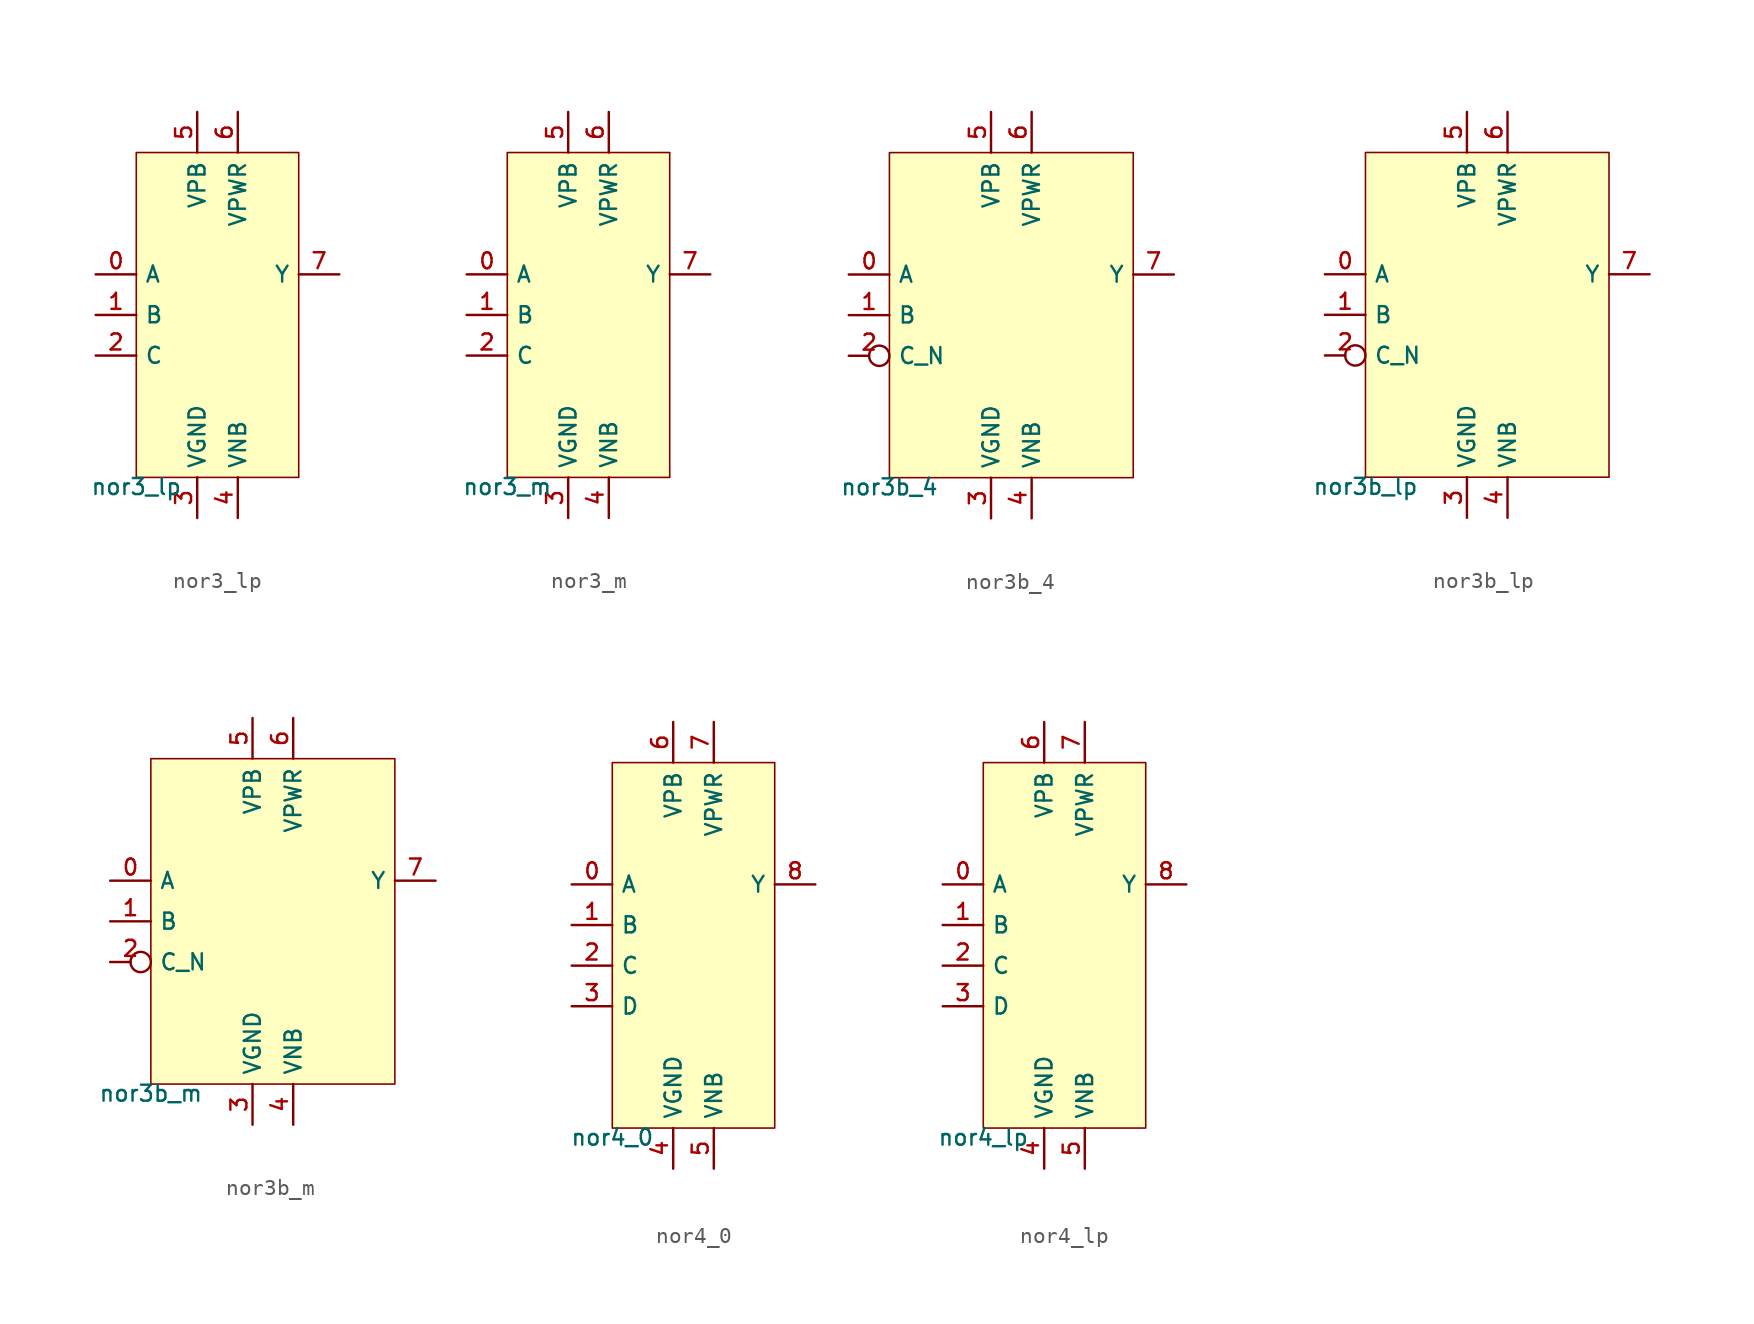
<source format=kicad_sym>
(kicad_symbol_lib
  (version 20211014)
  (generator pdk2kicad)
  (symbol "nor3_lp"
    (property "Reference" "X"
      (at 0 0 0)
      (effects (font (size 1 1)) hide))
    (property "Value" "nor3_lp"
      (at -5.08 -10.16 0)
      (effects (font (size 1 1)) (justify top)))
    (rectangle
      (start -5.08 -10.16)
      (end 5.08 10.16)
      (stroke (width 0.1) (type solid) (color 0 0 0 0))
      (fill (type background)))
    (pin input line
      (at -7.62 2.54 0)
      (length 2.54)
      (name "A" (effects (font (size 1 1)) hide))
      (number "0" (effects (font (size 1 1)) hide)))
    (pin input line
      (at -7.62 0.0 0)
      (length 2.54)
      (name "B" (effects (font (size 1 1)) hide))
      (number "1" (effects (font (size 1 1)) hide)))
    (pin input line
      (at -7.62 -2.54 0)
      (length 2.54)
      (name "C" (effects (font (size 1 1)) hide))
      (number "2" (effects (font (size 1 1)) hide)))
    (pin power_in line
      (at -1.27 -12.7 90)
      (length 2.54)
      (name "VGND" (effects (font (size 1 1)) hide))
      (number "3" (effects (font (size 1 1)) hide)))
    (pin power_in line
      (at 1.27 -12.7 90)
      (length 2.54)
      (name "VNB" (effects (font (size 1 1)) hide))
      (number "4" (effects (font (size 1 1)) hide)))
    (pin power_in line
      (at -1.27 12.7 270)
      (length 2.54)
      (name "VPB" (effects (font (size 1 1)) hide))
      (number "5" (effects (font (size 1 1)) hide)))
    (pin power_in line
      (at 1.27 12.7 270)
      (length 2.54)
      (name "VPWR" (effects (font (size 1 1)) hide))
      (number "6" (effects (font (size 1 1)) hide)))
    (pin output line
      (at 7.62 2.54 180)
      (length 2.54)
      (name "Y" (effects (font (size 1 1)) hide))
      (number "7" (effects (font (size 1 1)) hide))))
  (symbol "nor3_m"
    (property "Reference" "X"
      (at 0 0 0)
      (effects (font (size 1 1)) hide))
    (property "Value" "nor3_m"
      (at -5.08 -10.16 0)
      (effects (font (size 1 1)) (justify top)))
    (rectangle
      (start -5.08 -10.16)
      (end 5.08 10.16)
      (stroke (width 0.1) (type solid) (color 0 0 0 0))
      (fill (type background)))
    (pin input line
      (at -7.62 2.54 0)
      (length 2.54)
      (name "A" (effects (font (size 1 1)) hide))
      (number "0" (effects (font (size 1 1)) hide)))
    (pin input line
      (at -7.62 0.0 0)
      (length 2.54)
      (name "B" (effects (font (size 1 1)) hide))
      (number "1" (effects (font (size 1 1)) hide)))
    (pin input line
      (at -7.62 -2.54 0)
      (length 2.54)
      (name "C" (effects (font (size 1 1)) hide))
      (number "2" (effects (font (size 1 1)) hide)))
    (pin power_in line
      (at -1.27 -12.7 90)
      (length 2.54)
      (name "VGND" (effects (font (size 1 1)) hide))
      (number "3" (effects (font (size 1 1)) hide)))
    (pin power_in line
      (at 1.27 -12.7 90)
      (length 2.54)
      (name "VNB" (effects (font (size 1 1)) hide))
      (number "4" (effects (font (size 1 1)) hide)))
    (pin power_in line
      (at -1.27 12.7 270)
      (length 2.54)
      (name "VPB" (effects (font (size 1 1)) hide))
      (number "5" (effects (font (size 1 1)) hide)))
    (pin power_in line
      (at 1.27 12.7 270)
      (length 2.54)
      (name "VPWR" (effects (font (size 1 1)) hide))
      (number "6" (effects (font (size 1 1)) hide)))
    (pin output line
      (at 7.62 2.54 180)
      (length 2.54)
      (name "Y" (effects (font (size 1 1)) hide))
      (number "7" (effects (font (size 1 1)) hide))))
  (symbol "nor3b_4"
    (property "Reference" "X"
      (at 0 0 0)
      (effects (font (size 1 1)) hide))
    (property "Value" "nor3b_4"
      (at -7.62 -10.16 0)
      (effects (font (size 1 1)) (justify top)))
    (rectangle
      (start -7.62 -10.16)
      (end 7.62 10.16)
      (stroke (width 0.1) (type solid) (color 0 0 0 0))
      (fill (type background)))
    (pin input line
      (at -10.16 2.54 0)
      (length 2.54)
      (name "A" (effects (font (size 1 1)) hide))
      (number "0" (effects (font (size 1 1)) hide)))
    (pin input line
      (at -10.16 0.0 0)
      (length 2.54)
      (name "B" (effects (font (size 1 1)) hide))
      (number "1" (effects (font (size 1 1)) hide)))
    (pin input inverted
      (at -10.16 -2.54 0)
      (length 2.54)
      (name "C_N" (effects (font (size 1 1)) hide))
      (number "2" (effects (font (size 1 1)) hide)))
    (pin power_in line
      (at -1.27 -12.7 90)
      (length 2.54)
      (name "VGND" (effects (font (size 1 1)) hide))
      (number "3" (effects (font (size 1 1)) hide)))
    (pin power_in line
      (at 1.27 -12.7 90)
      (length 2.54)
      (name "VNB" (effects (font (size 1 1)) hide))
      (number "4" (effects (font (size 1 1)) hide)))
    (pin power_in line
      (at -1.27 12.7 270)
      (length 2.54)
      (name "VPB" (effects (font (size 1 1)) hide))
      (number "5" (effects (font (size 1 1)) hide)))
    (pin power_in line
      (at 1.27 12.7 270)
      (length 2.54)
      (name "VPWR" (effects (font (size 1 1)) hide))
      (number "6" (effects (font (size 1 1)) hide)))
    (pin output line
      (at 10.16 2.54 180)
      (length 2.54)
      (name "Y" (effects (font (size 1 1)) hide))
      (number "7" (effects (font (size 1 1)) hide))))
  (symbol "nor3b_lp"
    (property "Reference" "X"
      (at 0 0 0)
      (effects (font (size 1 1)) hide))
    (property "Value" "nor3b_lp"
      (at -7.62 -10.16 0)
      (effects (font (size 1 1)) (justify top)))
    (rectangle
      (start -7.62 -10.16)
      (end 7.62 10.16)
      (stroke (width 0.1) (type solid) (color 0 0 0 0))
      (fill (type background)))
    (pin input line
      (at -10.16 2.54 0)
      (length 2.54)
      (name "A" (effects (font (size 1 1)) hide))
      (number "0" (effects (font (size 1 1)) hide)))
    (pin input line
      (at -10.16 0.0 0)
      (length 2.54)
      (name "B" (effects (font (size 1 1)) hide))
      (number "1" (effects (font (size 1 1)) hide)))
    (pin input inverted
      (at -10.16 -2.54 0)
      (length 2.54)
      (name "C_N" (effects (font (size 1 1)) hide))
      (number "2" (effects (font (size 1 1)) hide)))
    (pin power_in line
      (at -1.27 -12.7 90)
      (length 2.54)
      (name "VGND" (effects (font (size 1 1)) hide))
      (number "3" (effects (font (size 1 1)) hide)))
    (pin power_in line
      (at 1.27 -12.7 90)
      (length 2.54)
      (name "VNB" (effects (font (size 1 1)) hide))
      (number "4" (effects (font (size 1 1)) hide)))
    (pin power_in line
      (at -1.27 12.7 270)
      (length 2.54)
      (name "VPB" (effects (font (size 1 1)) hide))
      (number "5" (effects (font (size 1 1)) hide)))
    (pin power_in line
      (at 1.27 12.7 270)
      (length 2.54)
      (name "VPWR" (effects (font (size 1 1)) hide))
      (number "6" (effects (font (size 1 1)) hide)))
    (pin output line
      (at 10.16 2.54 180)
      (length 2.54)
      (name "Y" (effects (font (size 1 1)) hide))
      (number "7" (effects (font (size 1 1)) hide))))
  (symbol "nor3b_m"
    (property "Reference" "X"
      (at 0 0 0)
      (effects (font (size 1 1)) hide))
    (property "Value" "nor3b_m"
      (at -7.62 -10.16 0)
      (effects (font (size 1 1)) (justify top)))
    (rectangle
      (start -7.62 -10.16)
      (end 7.62 10.16)
      (stroke (width 0.1) (type solid) (color 0 0 0 0))
      (fill (type background)))
    (pin input line
      (at -10.16 2.54 0)
      (length 2.54)
      (name "A" (effects (font (size 1 1)) hide))
      (number "0" (effects (font (size 1 1)) hide)))
    (pin input line
      (at -10.16 0.0 0)
      (length 2.54)
      (name "B" (effects (font (size 1 1)) hide))
      (number "1" (effects (font (size 1 1)) hide)))
    (pin input inverted
      (at -10.16 -2.54 0)
      (length 2.54)
      (name "C_N" (effects (font (size 1 1)) hide))
      (number "2" (effects (font (size 1 1)) hide)))
    (pin power_in line
      (at -1.27 -12.7 90)
      (length 2.54)
      (name "VGND" (effects (font (size 1 1)) hide))
      (number "3" (effects (font (size 1 1)) hide)))
    (pin power_in line
      (at 1.27 -12.7 90)
      (length 2.54)
      (name "VNB" (effects (font (size 1 1)) hide))
      (number "4" (effects (font (size 1 1)) hide)))
    (pin power_in line
      (at -1.27 12.7 270)
      (length 2.54)
      (name "VPB" (effects (font (size 1 1)) hide))
      (number "5" (effects (font (size 1 1)) hide)))
    (pin power_in line
      (at 1.27 12.7 270)
      (length 2.54)
      (name "VPWR" (effects (font (size 1 1)) hide))
      (number "6" (effects (font (size 1 1)) hide)))
    (pin output line
      (at 10.16 2.54 180)
      (length 2.54)
      (name "Y" (effects (font (size 1 1)) hide))
      (number "7" (effects (font (size 1 1)) hide))))
  (symbol "nor4_0"
    (property "Reference" "X"
      (at 0 0 0)
      (effects (font (size 1 1)) hide))
    (property "Value" "nor4_0"
      (at -5.08 -11.43 0)
      (effects (font (size 1 1)) (justify top)))
    (rectangle
      (start -5.08 -11.43)
      (end 5.08 11.43)
      (stroke (width 0.1) (type solid) (color 0 0 0 0))
      (fill (type background)))
    (pin input line
      (at -7.62 3.81 0)
      (length 2.54)
      (name "A" (effects (font (size 1 1)) hide))
      (number "0" (effects (font (size 1 1)) hide)))
    (pin input line
      (at -7.62 1.27 0)
      (length 2.54)
      (name "B" (effects (font (size 1 1)) hide))
      (number "1" (effects (font (size 1 1)) hide)))
    (pin input line
      (at -7.62 -1.27 0)
      (length 2.54)
      (name "C" (effects (font (size 1 1)) hide))
      (number "2" (effects (font (size 1 1)) hide)))
    (pin input line
      (at -7.62 -3.81 0)
      (length 2.54)
      (name "D" (effects (font (size 1 1)) hide))
      (number "3" (effects (font (size 1 1)) hide)))
    (pin power_in line
      (at -1.27 -13.97 90)
      (length 2.54)
      (name "VGND" (effects (font (size 1 1)) hide))
      (number "4" (effects (font (size 1 1)) hide)))
    (pin power_in line
      (at 1.27 -13.97 90)
      (length 2.54)
      (name "VNB" (effects (font (size 1 1)) hide))
      (number "5" (effects (font (size 1 1)) hide)))
    (pin power_in line
      (at -1.27 13.97 270)
      (length 2.54)
      (name "VPB" (effects (font (size 1 1)) hide))
      (number "6" (effects (font (size 1 1)) hide)))
    (pin power_in line
      (at 1.27 13.97 270)
      (length 2.54)
      (name "VPWR" (effects (font (size 1 1)) hide))
      (number "7" (effects (font (size 1 1)) hide)))
    (pin output line
      (at 7.62 3.81 180)
      (length 2.54)
      (name "Y" (effects (font (size 1 1)) hide))
      (number "8" (effects (font (size 1 1)) hide))))
  (symbol "nor4_lp"
    (property "Reference" "X"
      (at 0 0 0)
      (effects (font (size 1 1)) hide))
    (property "Value" "nor4_lp"
      (at -5.08 -11.43 0)
      (effects (font (size 1 1)) (justify top)))
    (rectangle
      (start -5.08 -11.43)
      (end 5.08 11.43)
      (stroke (width 0.1) (type solid) (color 0 0 0 0))
      (fill (type background)))
    (pin input line
      (at -7.62 3.81 0)
      (length 2.54)
      (name "A" (effects (font (size 1 1)) hide))
      (number "0" (effects (font (size 1 1)) hide)))
    (pin input line
      (at -7.62 1.27 0)
      (length 2.54)
      (name "B" (effects (font (size 1 1)) hide))
      (number "1" (effects (font (size 1 1)) hide)))
    (pin input line
      (at -7.62 -1.27 0)
      (length 2.54)
      (name "C" (effects (font (size 1 1)) hide))
      (number "2" (effects (font (size 1 1)) hide)))
    (pin input line
      (at -7.62 -3.81 0)
      (length 2.54)
      (name "D" (effects (font (size 1 1)) hide))
      (number "3" (effects (font (size 1 1)) hide)))
    (pin power_in line
      (at -1.27 -13.97 90)
      (length 2.54)
      (name "VGND" (effects (font (size 1 1)) hide))
      (number "4" (effects (font (size 1 1)) hide)))
    (pin power_in line
      (at 1.27 -13.97 90)
      (length 2.54)
      (name "VNB" (effects (font (size 1 1)) hide))
      (number "5" (effects (font (size 1 1)) hide)))
    (pin power_in line
      (at -1.27 13.97 270)
      (length 2.54)
      (name "VPB" (effects (font (size 1 1)) hide))
      (number "6" (effects (font (size 1 1)) hide)))
    (pin power_in line
      (at 1.27 13.97 270)
      (length 2.54)
      (name "VPWR" (effects (font (size 1 1)) hide))
      (number "7" (effects (font (size 1 1)) hide)))
    (pin output line
      (at 7.62 3.81 180)
      (length 2.54)
      (name "Y" (effects (font (size 1 1)) hide))
      (number "8" (effects (font (size 1 1)) hide)))))
</source>
